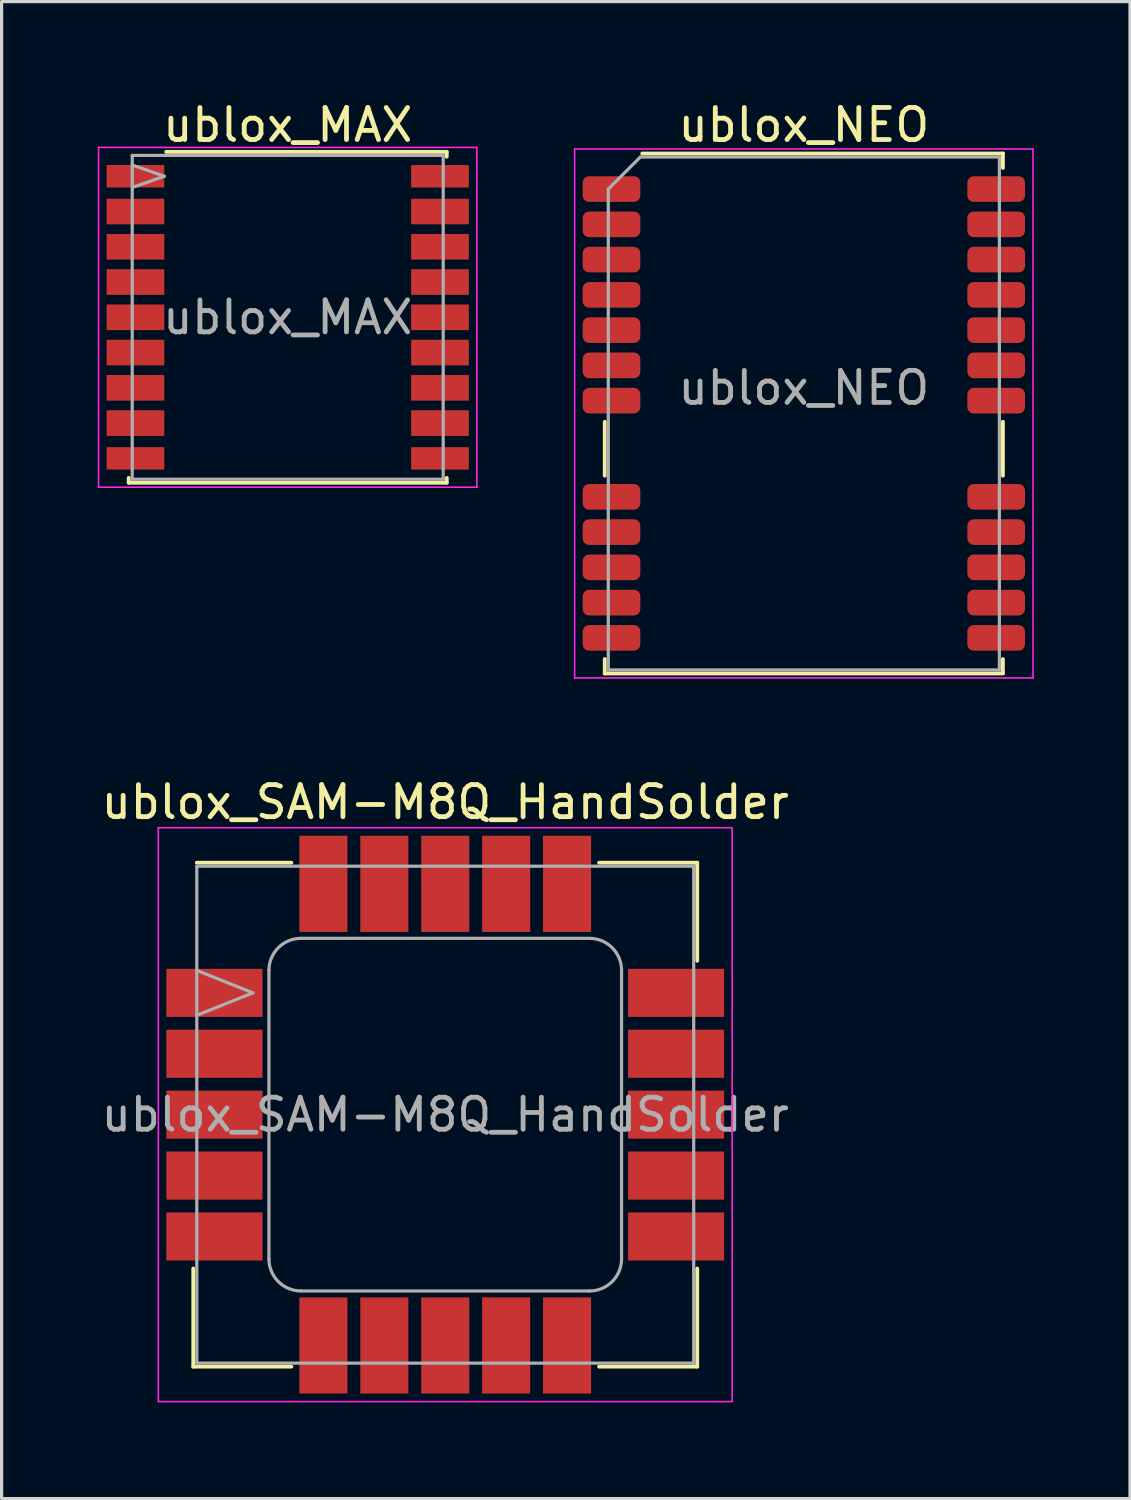
<source format=kicad_pcb>
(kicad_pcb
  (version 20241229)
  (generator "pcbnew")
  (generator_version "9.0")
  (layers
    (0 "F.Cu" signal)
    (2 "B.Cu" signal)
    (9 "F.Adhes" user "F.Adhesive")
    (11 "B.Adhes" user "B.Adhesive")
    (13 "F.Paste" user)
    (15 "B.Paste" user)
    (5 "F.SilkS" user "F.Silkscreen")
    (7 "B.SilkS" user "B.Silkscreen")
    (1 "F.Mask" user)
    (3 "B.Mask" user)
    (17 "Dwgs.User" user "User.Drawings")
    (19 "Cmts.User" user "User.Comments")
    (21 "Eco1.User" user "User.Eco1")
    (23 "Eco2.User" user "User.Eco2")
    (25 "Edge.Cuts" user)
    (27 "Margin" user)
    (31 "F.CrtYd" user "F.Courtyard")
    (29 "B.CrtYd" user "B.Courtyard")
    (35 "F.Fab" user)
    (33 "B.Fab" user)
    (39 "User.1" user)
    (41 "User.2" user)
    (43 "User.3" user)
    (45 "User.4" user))
  (footprint "ublox_MAX"
    (layer "F.Cu")
    (at 5.925 6.848)
    (property "Reference" "ublox_MAX" (at 0 -6 0) (layer "F.SilkS") (effects (font (size 1 1) (thickness 0.15))))
    (attr smd)
    (fp_line (start -4.96 5.01) (end -4.96 5.16) (stroke (width 0.12) (type solid)) (layer "F.SilkS"))
    (fp_line (start -4.96 5.16) (end 4.96 5.16) (stroke (width 0.12) (type solid)) (layer "F.SilkS"))
    (fp_line (start -3.79 -5.16) (end 4.96 -5.16) (stroke (width 0.12) (type solid)) (layer "F.SilkS"))
    (fp_line (start 4.96 -5.16) (end 4.96 -5.01) (stroke (width 0.12) (type solid)) (layer "F.SilkS"))
    (fp_line (start 4.96 5.01) (end 4.96 5.16) (stroke (width 0.12) (type solid)) (layer "F.SilkS"))
    (fp_line (start -5.9 -5.3) (end -5.9 5.3) (stroke (width 0.05) (type solid)) (layer "F.CrtYd"))
    (fp_line (start -5.9 -5.3) (end 5.9 -5.3) (stroke (width 0.05) (type solid)) (layer "F.CrtYd"))
    (fp_line (start -5.9 5.3) (end 5.9 5.3) (stroke (width 0.05) (type solid)) (layer "F.CrtYd"))
    (fp_line (start 5.9 -5.3) (end 5.9 5.3) (stroke (width 0.05) (type solid)) (layer "F.CrtYd"))
    (fp_line (start -4.85 -5.05) (end -4.85 5.05) (stroke (width 0.1) (type solid)) (layer "F.Fab"))
    (fp_line (start -4.85 -5.05) (end 4.85 -5.05) (stroke (width 0.1) (type solid)) (layer "F.Fab"))
    (fp_line (start -4.85 -4.75) (end -3.85 -4.4) (stroke (width 0.1) (type solid)) (layer "F.Fab"))
    (fp_line (start -4.85 5.05) (end 4.85 5.05) (stroke (width 0.1) (type solid)) (layer "F.Fab"))
    (fp_line (start -3.85 -4.4) (end -4.85 -4.05) (stroke (width 0.1) (type solid)) (layer "F.Fab"))
    (fp_line (start 4.85 -5.05) (end 4.85 5.05) (stroke (width 0.1) (type solid)) (layer "F.Fab"))
    (fp_text user "${REFERENCE}" (at 0 0 0) (layer "F.Fab") (effects (font (size 1 1) (thickness 0.15))))
    (pad "1" smd rect (at -4.75 -4.4) (size 1.8 0.7) (layers "F.Cu" "F.Mask" "F.Paste"))
    (pad "2" smd rect (at -4.75 -3.3) (size 1.8 0.8) (layers "F.Cu" "F.Mask" "F.Paste"))
    (pad "3" smd rect (at -4.75 -2.2) (size 1.8 0.8) (layers "F.Cu" "F.Mask" "F.Paste"))
    (pad "4" smd rect (at -4.75 -1.1) (size 1.8 0.8) (layers "F.Cu" "F.Mask" "F.Paste"))
    (pad "5" smd rect (at -4.75 0) (size 1.8 0.8) (layers "F.Cu" "F.Mask" "F.Paste"))
    (pad "6" smd rect (at -4.75 1.1) (size 1.8 0.8) (layers "F.Cu" "F.Mask" "F.Paste"))
    (pad "7" smd rect (at -4.75 2.2) (size 1.8 0.8) (layers "F.Cu" "F.Mask" "F.Paste"))
    (pad "8" smd rect (at -4.75 3.3) (size 1.8 0.8) (layers "F.Cu" "F.Mask" "F.Paste"))
    (pad "9" smd rect (at -4.75 4.4) (size 1.8 0.7) (layers "F.Cu" "F.Mask" "F.Paste"))
    (pad "10" smd rect (at 4.75 4.4) (size 1.8 0.7) (layers "F.Cu" "F.Mask" "F.Paste"))
    (pad "11" smd rect (at 4.75 3.3) (size 1.8 0.8) (layers "F.Cu" "F.Mask" "F.Paste"))
    (pad "12" smd rect (at 4.75 2.2) (size 1.8 0.8) (layers "F.Cu" "F.Mask" "F.Paste"))
    (pad "13" smd rect (at 4.75 1.1) (size 1.8 0.8) (layers "F.Cu" "F.Mask" "F.Paste"))
    (pad "14" smd rect (at 4.75 0) (size 1.8 0.8) (layers "F.Cu" "F.Mask" "F.Paste"))
    (pad "15" smd rect (at 4.75 -1.1) (size 1.8 0.8) (layers "F.Cu" "F.Mask" "F.Paste"))
    (pad "16" smd rect (at 4.75 -2.2) (size 1.8 0.8) (layers "F.Cu" "F.Mask" "F.Paste"))
    (pad "17" smd rect (at 4.75 -3.3) (size 1.8 0.8) (layers "F.Cu" "F.Mask" "F.Paste"))
    (pad "18" smd rect (at 4.75 -4.4) (size 1.8 0.7) (layers "F.Cu" "F.Mask" "F.Paste")))
  (footprint "ublox_SAM-M8Q_HandSolder"
    (layer "F.Cu")
    (at 10.839 31.721)
    (property "Reference" "ublox_SAM-M8Q_HandSolder" (at 0 -9.75 0) (layer "F.SilkS") (effects (font (size 1 1) (thickness 0.15))))
    (attr smd)
    (fp_line (start -7.86 4.8) (end -7.86 7.86) (stroke (width 0.12) (type solid)) (layer "F.SilkS"))
    (fp_line (start -7.86 7.86) (end -4.8 7.86) (stroke (width 0.12) (type solid)) (layer "F.SilkS"))
    (fp_line (start -7.75 -7.86) (end -4.8 -7.86) (stroke (width 0.12) (type solid)) (layer "F.SilkS"))
    (fp_line (start 4.8 -7.86) (end 7.86 -7.86) (stroke (width 0.12) (type solid)) (layer "F.SilkS"))
    (fp_line (start 4.8 7.86) (end 7.86 7.86) (stroke (width 0.12) (type solid)) (layer "F.SilkS"))
    (fp_line (start 7.86 -7.86) (end 7.86 -4.8) (stroke (width 0.12) (type solid)) (layer "F.SilkS"))
    (fp_line (start 7.86 4.8) (end 7.86 7.86) (stroke (width 0.12) (type solid)) (layer "F.SilkS"))
    (fp_line (start -8.95 -8.95) (end -8.95 8.95) (stroke (width 0.05) (type solid)) (layer "F.CrtYd"))
    (fp_line (start -8.95 8.95) (end 8.95 8.95) (stroke (width 0.05) (type solid)) (layer "F.CrtYd"))
    (fp_line (start 8.95 -8.95) (end -8.95 -8.95) (stroke (width 0.05) (type solid)) (layer "F.CrtYd"))
    (fp_line (start 8.95 8.95) (end 8.95 -8.95) (stroke (width 0.05) (type solid)) (layer "F.CrtYd"))
    (fp_line (start -7.75 -7.75) (end 7.75 -7.75) (stroke (width 0.1) (type solid)) (layer "F.Fab"))
    (fp_line (start -7.75 7.75) (end -7.75 -7.75) (stroke (width 0.1) (type solid)) (layer "F.Fab"))
    (fp_line (start -6 -3.8) (end -7.75 -4.5) (stroke (width 0.1) (type solid)) (layer "F.Fab"))
    (fp_line (start -6 -3.8) (end -7.75 -3.1) (stroke (width 0.1) (type solid)) (layer "F.Fab"))
    (fp_line (start -5.5 -4.5) (end -5.5 4.5) (stroke (width 0.1) (type solid)) (layer "F.Fab"))
    (fp_line (start -4.5 5.5) (end 4.5 5.5) (stroke (width 0.1) (type solid)) (layer "F.Fab"))
    (fp_line (start 4.5 -5.5) (end -4.5 -5.5) (stroke (width 0.1) (type solid)) (layer "F.Fab"))
    (fp_line (start 5.5 4.5) (end 5.5 -4.5) (stroke (width 0.1) (type solid)) (layer "F.Fab"))
    (fp_line (start 7.75 -7.75) (end 7.75 7.75) (stroke (width 0.1) (type solid)) (layer "F.Fab"))
    (fp_line (start 7.75 7.75) (end -7.75 7.75) (stroke (width 0.1) (type solid)) (layer "F.Fab"))
    (fp_arc (start -5.5 -4.5) (mid -5.207107 -5.207107) (end -4.5 -5.5) (stroke (width 0.1) (type solid)) (layer "F.Fab"))
    (fp_arc (start -4.5 5.5) (mid -5.207107 5.207107) (end -5.5 4.5) (stroke (width 0.1) (type solid)) (layer "F.Fab"))
    (fp_arc (start 4.5 -5.5) (mid 5.207107 -5.207107) (end 5.5 -4.5) (stroke (width 0.1) (type solid)) (layer "F.Fab"))
    (fp_arc (start 5.5 4.5) (mid 5.207107 5.207107) (end 4.5 5.5) (stroke (width 0.1) (type solid)) (layer "F.Fab"))
    (fp_text user "${REFERENCE}" (at 0 0 0) (layer "F.Fab") (effects (font (size 1 1) (thickness 0.15))))
    (pad "1" smd rect (at -7.2 -3.8) (size 3 1.5) (layers "F.Cu" "F.Mask" "F.Paste"))
    (pad "2" smd rect (at -7.2 -1.9) (size 3 1.5) (layers "F.Cu" "F.Mask" "F.Paste"))
    (pad "3" smd rect (at -7.2 0) (size 3 1.5) (layers "F.Cu" "F.Mask" "F.Paste"))
    (pad "4" smd rect (at -7.2 1.9) (size 3 1.5) (layers "F.Cu" "F.Mask" "F.Paste"))
    (pad "5" smd rect (at -7.2 3.8) (size 3 1.5) (layers "F.Cu" "F.Mask" "F.Paste"))
    (pad "6" smd rect (at -3.8 7.2) (size 1.5 3) (layers "F.Cu" "F.Mask" "F.Paste"))
    (pad "7" smd rect (at -1.9 7.2) (size 1.5 3) (layers "F.Cu" "F.Mask" "F.Paste"))
    (pad "8" smd rect (at 0 7.2) (size 1.5 3) (layers "F.Cu" "F.Mask" "F.Paste"))
    (pad "9" smd rect (at 1.9 7.2) (size 1.5 3) (layers "F.Cu" "F.Mask" "F.Paste"))
    (pad "10" smd rect (at 3.8 7.2) (size 1.5 3) (layers "F.Cu" "F.Mask" "F.Paste"))
    (pad "11" smd rect (at 7.2 3.8) (size 3 1.5) (layers "F.Cu" "F.Mask" "F.Paste"))
    (pad "12" smd rect (at 7.2 1.9) (size 3 1.5) (layers "F.Cu" "F.Mask" "F.Paste"))
    (pad "13" smd rect (at 7.2 0) (size 3 1.5) (layers "F.Cu" "F.Mask" "F.Paste"))
    (pad "14" smd rect (at 7.2 -1.9) (size 3 1.5) (layers "F.Cu" "F.Mask" "F.Paste"))
    (pad "15" smd rect (at 7.2 -3.8) (size 3 1.5) (layers "F.Cu" "F.Mask" "F.Paste"))
    (pad "16" smd rect (at 3.8 -7.2) (size 1.5 3) (layers "F.Cu" "F.Mask" "F.Paste"))
    (pad "17" smd rect (at 1.9 -7.2) (size 1.5 3) (layers "F.Cu" "F.Mask" "F.Paste"))
    (pad "18" smd rect (at 0 -7.2) (size 1.5 3) (layers "F.Cu" "F.Mask" "F.Paste"))
    (pad "19" smd rect (at -1.9 -7.2) (size 1.5 3) (layers "F.Cu" "F.Mask" "F.Paste"))
    (pad "20" smd rect (at -3.8 -7.2) (size 1.5 3) (layers "F.Cu" "F.Mask" "F.Paste")))
  (footprint "ublox_NEO"
    (layer "F.Cu")
    (at 22.025 9.848)
    (property "Reference" "ublox_NEO" (at 0 -9 0) (layer "F.SilkS") (effects (font (size 1 1) (thickness 0.15))))
    (attr smd)
    (fp_line (start -6.21 0.26) (end -6.21 1.94) (stroke (width 0.12) (type solid)) (layer "F.SilkS"))
    (fp_line (start -6.21 7.66) (end -6.21 8.11) (stroke (width 0.12) (type solid)) (layer "F.SilkS"))
    (fp_line (start -6.21 8.11) (end 6.21 8.11) (stroke (width 0.12) (type solid)) (layer "F.SilkS"))
    (fp_line (start -5.04 -8.11) (end 6.21 -8.11) (stroke (width 0.12) (type solid)) (layer "F.SilkS"))
    (fp_line (start 6.21 -8.11) (end 6.21 -7.66) (stroke (width 0.12) (type solid)) (layer "F.SilkS"))
    (fp_line (start 6.21 0.26) (end 6.21 1.94) (stroke (width 0.12) (type solid)) (layer "F.SilkS"))
    (fp_line (start 6.21 7.66) (end 6.21 8.1) (stroke (width 0.12) (type solid)) (layer "F.SilkS"))
    (fp_line (start -7.15 -8.25) (end -7.15 8.25) (stroke (width 0.05) (type solid)) (layer "F.CrtYd"))
    (fp_line (start -7.15 -8.25) (end 7.15 -8.25) (stroke (width 0.05) (type solid)) (layer "F.CrtYd"))
    (fp_line (start -7.15 8.25) (end 7.15 8.25) (stroke (width 0.05) (type solid)) (layer "F.CrtYd"))
    (fp_line (start 7.15 -8.25) (end 7.15 8.25) (stroke (width 0.05) (type solid)) (layer "F.CrtYd"))
    (fp_line (start -6.1 -7) (end -6.1 8) (stroke (width 0.1) (type solid)) (layer "F.Fab"))
    (fp_line (start -6.1 8) (end 6.1 8) (stroke (width 0.1) (type solid)) (layer "F.Fab"))
    (fp_line (start -5.1 -8) (end -6.1 -7) (stroke (width 0.1) (type solid)) (layer "F.Fab"))
    (fp_line (start -5.1 -8) (end 6.1 -8) (stroke (width 0.1) (type solid)) (layer "F.Fab"))
    (fp_line (start 6.1 -8) (end 6.1 8) (stroke (width 0.1) (type solid)) (layer "F.Fab"))
    (fp_text user "${REFERENCE}" (at 0 -0.8 0) (layer "F.Fab") (effects (font (size 1 1) (thickness 0.15))))
    (pad "1" smd roundrect (at -6 -7) (size 1.8 0.8) (layers "F.Cu" "F.Mask" "F.Paste") (roundrect_rratio 0.25))
    (pad "2" smd roundrect (at -6 -5.9) (size 1.8 0.8) (layers "F.Cu" "F.Mask" "F.Paste") (roundrect_rratio 0.25))
    (pad "3" smd roundrect (at -6 -4.8) (size 1.8 0.8) (layers "F.Cu" "F.Mask" "F.Paste") (roundrect_rratio 0.25))
    (pad "4" smd roundrect (at -6 -3.7) (size 1.8 0.8) (layers "F.Cu" "F.Mask" "F.Paste") (roundrect_rratio 0.25))
    (pad "5" smd roundrect (at -6 -2.6) (size 1.8 0.8) (layers "F.Cu" "F.Mask" "F.Paste") (roundrect_rratio 0.25))
    (pad "6" smd roundrect (at -6 -1.5) (size 1.8 0.8) (layers "F.Cu" "F.Mask" "F.Paste") (roundrect_rratio 0.25))
    (pad "7" smd roundrect (at -6 -0.4) (size 1.8 0.8) (layers "F.Cu" "F.Mask" "F.Paste") (roundrect_rratio 0.25))
    (pad "8" smd roundrect (at -6 2.6) (size 1.8 0.8) (layers "F.Cu" "F.Mask" "F.Paste") (roundrect_rratio 0.25))
    (pad "9" smd roundrect (at -6 3.7) (size 1.8 0.8) (layers "F.Cu" "F.Mask" "F.Paste") (roundrect_rratio 0.25))
    (pad "10" smd roundrect (at -6 4.8) (size 1.8 0.8) (layers "F.Cu" "F.Mask" "F.Paste") (roundrect_rratio 0.25))
    (pad "11" smd roundrect (at -6 5.9) (size 1.8 0.8) (layers "F.Cu" "F.Mask" "F.Paste") (roundrect_rratio 0.25))
    (pad "12" smd roundrect (at -6 7) (size 1.8 0.8) (layers "F.Cu" "F.Mask" "F.Paste") (roundrect_rratio 0.25))
    (pad "13" smd roundrect (at 6 7) (size 1.8 0.8) (layers "F.Cu" "F.Mask" "F.Paste") (roundrect_rratio 0.25))
    (pad "14" smd roundrect (at 6 5.9) (size 1.8 0.8) (layers "F.Cu" "F.Mask" "F.Paste") (roundrect_rratio 0.25))
    (pad "15" smd roundrect (at 6 4.8) (size 1.8 0.8) (layers "F.Cu" "F.Mask" "F.Paste") (roundrect_rratio 0.25))
    (pad "16" smd roundrect (at 6 3.7) (size 1.8 0.8) (layers "F.Cu" "F.Mask" "F.Paste") (roundrect_rratio 0.25))
    (pad "17" smd roundrect (at 6 2.6) (size 1.8 0.8) (layers "F.Cu" "F.Mask" "F.Paste") (roundrect_rratio 0.25))
    (pad "18" smd roundrect (at 6 -0.4) (size 1.8 0.8) (layers "F.Cu" "F.Mask" "F.Paste") (roundrect_rratio 0.25))
    (pad "19" smd roundrect (at 6 -1.5) (size 1.8 0.8) (layers "F.Cu" "F.Mask" "F.Paste") (roundrect_rratio 0.25))
    (pad "20" smd roundrect (at 6 -2.6) (size 1.8 0.8) (layers "F.Cu" "F.Mask" "F.Paste") (roundrect_rratio 0.25))
    (pad "21" smd roundrect (at 6 -3.7) (size 1.8 0.8) (layers "F.Cu" "F.Mask" "F.Paste") (roundrect_rratio 0.25))
    (pad "22" smd roundrect (at 6 -4.8) (size 1.8 0.8) (layers "F.Cu" "F.Mask" "F.Paste") (roundrect_rratio 0.25))
    (pad "23" smd roundrect (at 6 -5.9) (size 1.8 0.8) (layers "F.Cu" "F.Mask" "F.Paste") (roundrect_rratio 0.25))
    (pad "24" smd roundrect (at 6 -7) (size 1.8 0.8) (layers "F.Cu" "F.Mask" "F.Paste") (roundrect_rratio 0.25)))
  (gr_rect
    (start -3 -3)
    (end 32.2 43.697)
    (stroke (width 0.1) (type default))
    (fill no)
    (layer "Edge.Cuts")))
</source>
